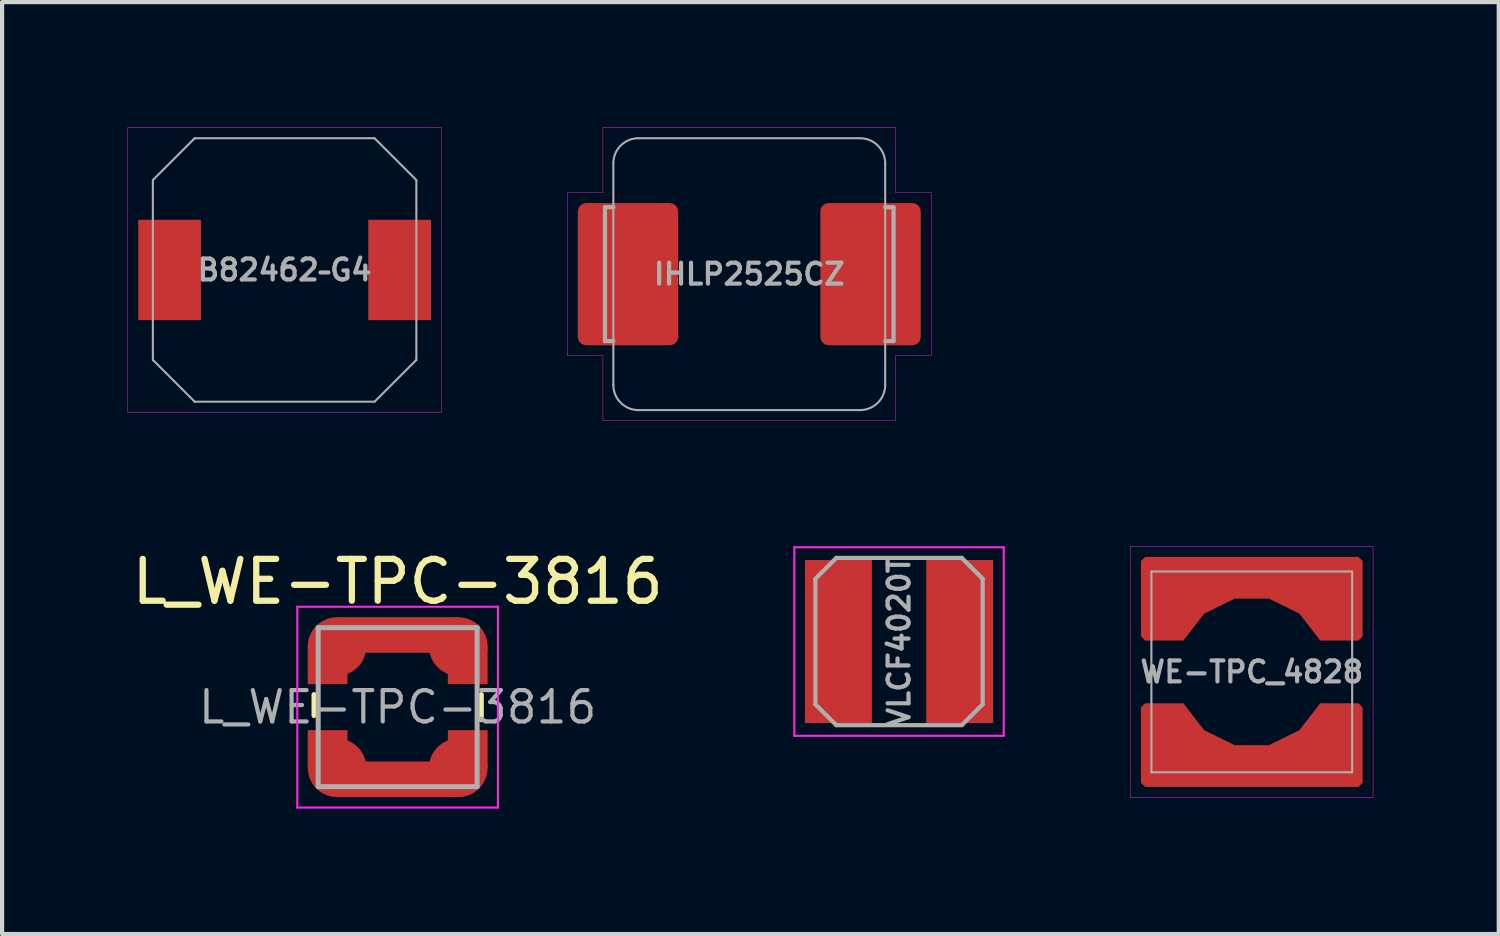
<source format=kicad_pcb>
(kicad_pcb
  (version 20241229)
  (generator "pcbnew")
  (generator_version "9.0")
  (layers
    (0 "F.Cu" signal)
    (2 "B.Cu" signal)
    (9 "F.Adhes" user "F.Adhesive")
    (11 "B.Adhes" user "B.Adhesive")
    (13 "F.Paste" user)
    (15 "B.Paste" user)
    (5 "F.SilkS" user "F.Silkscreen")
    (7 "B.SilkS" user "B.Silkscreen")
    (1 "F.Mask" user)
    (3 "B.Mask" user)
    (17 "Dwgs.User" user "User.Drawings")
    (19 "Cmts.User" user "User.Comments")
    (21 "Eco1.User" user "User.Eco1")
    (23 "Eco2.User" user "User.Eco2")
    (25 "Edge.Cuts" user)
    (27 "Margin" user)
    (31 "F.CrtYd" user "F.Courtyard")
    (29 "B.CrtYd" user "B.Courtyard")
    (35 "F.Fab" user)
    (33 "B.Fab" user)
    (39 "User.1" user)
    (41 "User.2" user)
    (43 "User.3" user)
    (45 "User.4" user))
  (footprint "VLCF4020T"
    (layer "F.Cu")
    (at 18.446 12.289)
    (property "Reference" "VLCF4020T" (at 0 0 90) (layer "F.Fab") (effects (font (size 0.5 0.5) (thickness 0.1))))
    (attr smd)
    (fp_line (start -2.504 -2.254) (end 2.504 -2.254) (stroke (width 0.05) (type solid)) (layer "F.CrtYd"))
    (fp_line (start -2.504 2.254) (end -2.504 -2.254) (stroke (width 0.05) (type solid)) (layer "F.CrtYd"))
    (fp_line (start 2.504 -2.254) (end 2.504 2.254) (stroke (width 0.05) (type solid)) (layer "F.CrtYd"))
    (fp_line (start 2.504 2.254) (end -2.504 2.254) (stroke (width 0.05) (type solid)) (layer "F.CrtYd"))
    (fp_line (start -2 -1.5) (end -2 1.5) (stroke (width 0.1) (type solid)) (layer "F.Fab"))
    (fp_line (start -2 1.5) (end -1.5 2) (stroke (width 0.1) (type solid)) (layer "F.Fab"))
    (fp_line (start -1.5 -2) (end -2 -1.5) (stroke (width 0.1) (type solid)) (layer "F.Fab"))
    (fp_line (start -1.5 2) (end 1.5 2) (stroke (width 0.1) (type solid)) (layer "F.Fab"))
    (fp_line (start 1.5 -2) (end -1.5 -2) (stroke (width 0.1) (type solid)) (layer "F.Fab"))
    (fp_line (start 1.5 2) (end 2 1.5) (stroke (width 0.1) (type solid)) (layer "F.Fab"))
    (fp_line (start 2 -1.5) (end 1.5 -2) (stroke (width 0.1) (type solid)) (layer "F.Fab"))
    (fp_line (start 2 1.5) (end 2 -1.5) (stroke (width 0.1) (type solid)) (layer "F.Fab"))
    (pad "1" smd rect (at -1.45 0) (size 1.6 3.9) (layers "F.Cu" "F.Mask" "F.Paste"))
    (pad "2" smd rect (at 1.45 0) (size 1.6 3.9) (layers "F.Cu" "F.Mask" "F.Paste")))
  (footprint "B82462–G4"
    (layer "F.Cu")
    (at 3.755 3.405)
    (property "Reference" "B82462–G4" (at 0 0 0) (layer "F.Fab") (effects (font (size 0.5 0.5) (thickness 0.1))))
    (attr smd)
    (fp_line (start -3.75 -3.4) (end 3.75 -3.4) (stroke (width 0.01) (type solid)) (layer "F.CrtYd"))
    (fp_line (start -3.75 3.4) (end -3.75 -3.4) (stroke (width 0.01) (type solid)) (layer "F.CrtYd"))
    (fp_line (start 3.75 -3.4) (end 3.75 3.4) (stroke (width 0.01) (type solid)) (layer "F.CrtYd"))
    (fp_line (start 3.75 3.4) (end -3.75 3.4) (stroke (width 0.01) (type solid)) (layer "F.CrtYd"))
    (fp_line (start -3.15 -2.15) (end -3.15 2.15) (stroke (width 0.05) (type solid)) (layer "F.Fab"))
    (fp_line (start -3.15 2.15) (end -2.15 3.15) (stroke (width 0.05) (type solid)) (layer "F.Fab"))
    (fp_line (start -2.15 -3.15) (end -3.15 -2.15) (stroke (width 0.05) (type solid)) (layer "F.Fab"))
    (fp_line (start -2.15 3.15) (end 2.15 3.15) (stroke (width 0.05) (type solid)) (layer "F.Fab"))
    (fp_line (start 2.15 -3.15) (end -2.15 -3.15) (stroke (width 0.05) (type solid)) (layer "F.Fab"))
    (fp_line (start 2.15 3.15) (end 3.15 2.15) (stroke (width 0.05) (type solid)) (layer "F.Fab"))
    (fp_line (start 3.15 -2.15) (end 2.15 -3.15) (stroke (width 0.05) (type solid)) (layer "F.Fab"))
    (fp_line (start 3.15 2.15) (end 3.15 -2.15) (stroke (width 0.05) (type solid)) (layer "F.Fab"))
    (pad "1" smd rect (at -2.75 0) (size 1.5 2.4) (layers "F.Cu" "F.Mask" "F.Paste"))
    (pad "2" smd rect (at 2.75 0) (size 1.5 2.4) (layers "F.Cu" "F.Mask" "F.Paste")))
  (footprint "WE-TPC_4828"
    (layer "F.Cu")
    (at 26.88 13.015)
    (property "Reference" "WE-TPC_4828" (at 0 0 0) (layer "F.Fab") (effects (font (size 0.5 0.5) (thickness 0.1))))
    (attr smd)
    (fp_rect (start -2.9 -3) (end 2.9 3) (stroke (width 0.01) (type solid)) (fill no) (layer "F.CrtYd"))
    (fp_line (start -2.4 -2.4) (end 2.4 -2.4) (stroke (width 0.05) (type solid)) (layer "F.Fab"))
    (fp_line (start -2.4 2.4) (end -2.4 -2.4) (stroke (width 0.05) (type solid)) (layer "F.Fab"))
    (fp_line (start 2.4 -2.4) (end 2.4 2.4) (stroke (width 0.05) (type solid)) (layer "F.Fab"))
    (fp_line (start 2.4 2.4) (end -2.4 2.4) (stroke (width 0.05) (type solid)) (layer "F.Fab"))
    (pad "1" smd custom (at 0 -2.275) (size 0.7 0.7) (layers "F.Cu" "F.Mask" "F.Paste") (options (anchor circle)) (primitives (gr_poly (pts (xy 1.138 0.881) (xy 0.407 0.522) (xy -0.407 0.522) (xy -1.138 0.881) (xy -1.636 1.525) (xy -2.55 1.525) (xy -2.65 1.425) (xy -2.65 -0.375) (xy -2.55 -0.475) (xy 2.55 -0.475) (xy 2.65 -0.375) (xy 2.65 1.425) (xy 2.55 1.525) (xy 1.636 1.525)) (width 0) (fill yes))))
    (pad "2" smd custom (at 0 2.275 180) (size 0.7 0.7) (layers "F.Cu" "F.Mask" "F.Paste") (options (anchor circle)) (primitives (gr_poly (pts (xy 1.138 0.881) (xy 0.407 0.522) (xy -0.407 0.522) (xy -1.138 0.881) (xy -1.636 1.525) (xy -2.55 1.525) (xy -2.65 1.425) (xy -2.65 -0.375) (xy -2.55 -0.475) (xy 2.55 -0.475) (xy 2.65 -0.375) (xy 2.65 1.425) (xy 2.55 1.525) (xy 1.636 1.525)) (width 0) (fill yes)))))
  (footprint "L_WE-TPC-3816"
    (layer "F.Cu")
    (at 6.458 13.858)
    (property "Reference" "L_WE-TPC-3816" (at 0 -3 0) (layer "F.SilkS") (effects (font (size 1 1) (thickness 0.15))))
    (attr smd)
    (fp_line (start -2 -0.3) (end -2 0.2) (stroke (width 0.12) (type solid)) (layer "F.SilkS"))
    (fp_line (start 2 -0.3) (end 2 0.3) (stroke (width 0.12) (type solid)) (layer "F.SilkS"))
    (fp_line (start -2.4 -2.4) (end -2.4 2.4) (stroke (width 0.05) (type solid)) (layer "F.CrtYd"))
    (fp_line (start -2.4 2.4) (end 2.4 2.4) (stroke (width 0.05) (type solid)) (layer "F.CrtYd"))
    (fp_line (start 2.4 -2.4) (end -2.4 -2.4) (stroke (width 0.05) (type solid)) (layer "F.CrtYd"))
    (fp_line (start 2.4 2.4) (end 2.4 -2.4) (stroke (width 0.05) (type solid)) (layer "F.CrtYd"))
    (fp_line (start -1.9 -1.9) (end 1.9 -1.9) (stroke (width 0.12) (type solid)) (layer "F.Fab"))
    (fp_line (start -1.9 1.9) (end -1.9 -1.9) (stroke (width 0.12) (type solid)) (layer "F.Fab"))
    (fp_line (start 1.9 -1.9) (end 1.9 1.9) (stroke (width 0.12) (type solid)) (layer "F.Fab"))
    (fp_line (start 1.9 1.9) (end -1.9 1.9) (stroke (width 0.12) (type solid)) (layer "F.Fab"))
    (fp_text user "${REFERENCE}" (at 0 0 0) (layer "F.Fab") (effects (font (size 0.75 0.75) (thickness 0.1))))
    (pad "1" smd rect (at -1.675 -1) (size 0.95 0.9) (layers "F.Cu" "F.Mask" "F.Paste"))
    (pad "1" smd circle (at -1.45 -1.45) (size 1.4 1.4) (layers "F.Cu" "F.Mask" "F.Paste"))
    (pad "1" smd rect (at 0 -1.725) (size 2.9 0.85) (layers "F.Cu" "F.Mask" "F.Paste"))
    (pad "1" smd circle (at 1.45 -1.45) (size 1.4 1.4) (layers "F.Cu" "F.Mask" "F.Paste"))
    (pad "1" smd rect (at 1.675 -1) (size 0.95 0.9) (layers "F.Cu" "F.Mask" "F.Paste"))
    (pad "2" smd rect (at -1.675 1) (size 0.95 0.9) (layers "F.Cu" "F.Mask" "F.Paste"))
    (pad "2" smd circle (at -1.45 1.45) (size 1.4 1.4) (layers "F.Cu" "F.Mask" "F.Paste"))
    (pad "2" smd rect (at 0 1.725) (size 2.9 0.85) (layers "F.Cu" "F.Mask" "F.Paste"))
    (pad "2" smd circle (at 1.45 1.45) (size 1.4 1.4) (layers "F.Cu" "F.Mask" "F.Paste"))
    (pad "2" smd rect (at 1.675 1) (size 0.95 0.9) (layers "F.Cu" "F.Mask" "F.Paste")))
  (footprint "IHLP2525CZ"
    (layer "F.Cu")
    (at 14.865 3.505)
    (property "Reference" "IHLP2525CZ" (at 0 0 0) (layer "F.Fab") (effects (font (size 0.5 0.5) (thickness 0.1))))
    (attr smd)
    (fp_line (start -4.35 -1.95) (end -3.5 -1.95) (stroke (width 0.01) (type solid)) (layer "F.CrtYd"))
    (fp_line (start -4.35 1.95) (end -4.35 -1.95) (stroke (width 0.01) (type solid)) (layer "F.CrtYd"))
    (fp_line (start -3.5 -3.5) (end 3.5 -3.5) (stroke (width 0.01) (type solid)) (layer "F.CrtYd"))
    (fp_line (start -3.5 -1.95) (end -3.5 -3.5) (stroke (width 0.01) (type solid)) (layer "F.CrtYd"))
    (fp_line (start -3.5 1.95) (end -4.35 1.95) (stroke (width 0.01) (type solid)) (layer "F.CrtYd"))
    (fp_line (start -3.5 3.5) (end -3.5 1.95) (stroke (width 0.01) (type solid)) (layer "F.CrtYd"))
    (fp_line (start 3.5 -3.5) (end 3.5 -1.95) (stroke (width 0.01) (type solid)) (layer "F.CrtYd"))
    (fp_line (start 3.5 -1.95) (end 4.35 -1.95) (stroke (width 0.01) (type solid)) (layer "F.CrtYd"))
    (fp_line (start 3.5 1.95) (end 3.5 3.5) (stroke (width 0.01) (type solid)) (layer "F.CrtYd"))
    (fp_line (start 3.5 3.5) (end -3.5 3.5) (stroke (width 0.01) (type solid)) (layer "F.CrtYd"))
    (fp_line (start 4.35 -1.95) (end 4.35 1.95) (stroke (width 0.01) (type solid)) (layer "F.CrtYd"))
    (fp_line (start 4.35 1.95) (end 3.5 1.95) (stroke (width 0.01) (type solid)) (layer "F.CrtYd"))
    (fp_line (start -3.45 -1.6) (end -3.25 -1.6) (stroke (width 0.1) (type solid)) (layer "F.Fab"))
    (fp_line (start -3.45 1.6) (end -3.45 -1.6) (stroke (width 0.1) (type solid)) (layer "F.Fab"))
    (fp_line (start -3.25 -2.65) (end -3.25 2.65) (stroke (width 0.05) (type solid)) (layer "F.Fab"))
    (fp_line (start -3.25 1.6) (end -3.45 1.6) (stroke (width 0.1) (type solid)) (layer "F.Fab"))
    (fp_line (start -2.65 3.25) (end 2.65 3.25) (stroke (width 0.05) (type solid)) (layer "F.Fab"))
    (fp_line (start 2.65 -3.25) (end -2.65 -3.25) (stroke (width 0.05) (type solid)) (layer "F.Fab"))
    (fp_line (start 3.25 -2.65) (end 3.25 2.65) (stroke (width 0.05) (type solid)) (layer "F.Fab"))
    (fp_line (start 3.25 -1.6) (end 3.45 -1.6) (stroke (width 0.1) (type solid)) (layer "F.Fab"))
    (fp_line (start 3.45 -1.6) (end 3.45 1.6) (stroke (width 0.1) (type solid)) (layer "F.Fab"))
    (fp_line (start 3.45 1.6) (end 3.25 1.6) (stroke (width 0.1) (type solid)) (layer "F.Fab"))
    (fp_arc (start -3.25 -2.65) (mid -3.074264 -3.074264) (end -2.65 -3.25) (stroke (width 0.05) (type solid)) (layer "F.Fab"))
    (fp_arc (start -2.65 3.25) (mid -3.074264 3.074264) (end -3.25 2.65) (stroke (width 0.05) (type solid)) (layer "F.Fab"))
    (fp_arc (start 2.65 -3.25) (mid 3.074264 -3.074264) (end 3.25 -2.65) (stroke (width 0.05) (type solid)) (layer "F.Fab"))
    (fp_arc (start 3.25 2.65) (mid 3.074264 3.074264) (end 2.65 3.25) (stroke (width 0.05) (type solid)) (layer "F.Fab"))
    (pad "1" smd roundrect (at -2.9 0) (size 2.4 3.4) (layers "F.Cu" "F.Mask" "F.Paste") (roundrect_rratio 0.083))
    (pad "2" smd roundrect (at 2.9 0) (size 2.4 3.4) (layers "F.Cu" "F.Mask" "F.Paste") (roundrect_rratio 0.083)))
  (gr_rect
    (start -3 -3)
    (end 32.785 19.283)
    (stroke (width 0.1) (type default))
    (fill no)
    (layer "Edge.Cuts")))
</source>
